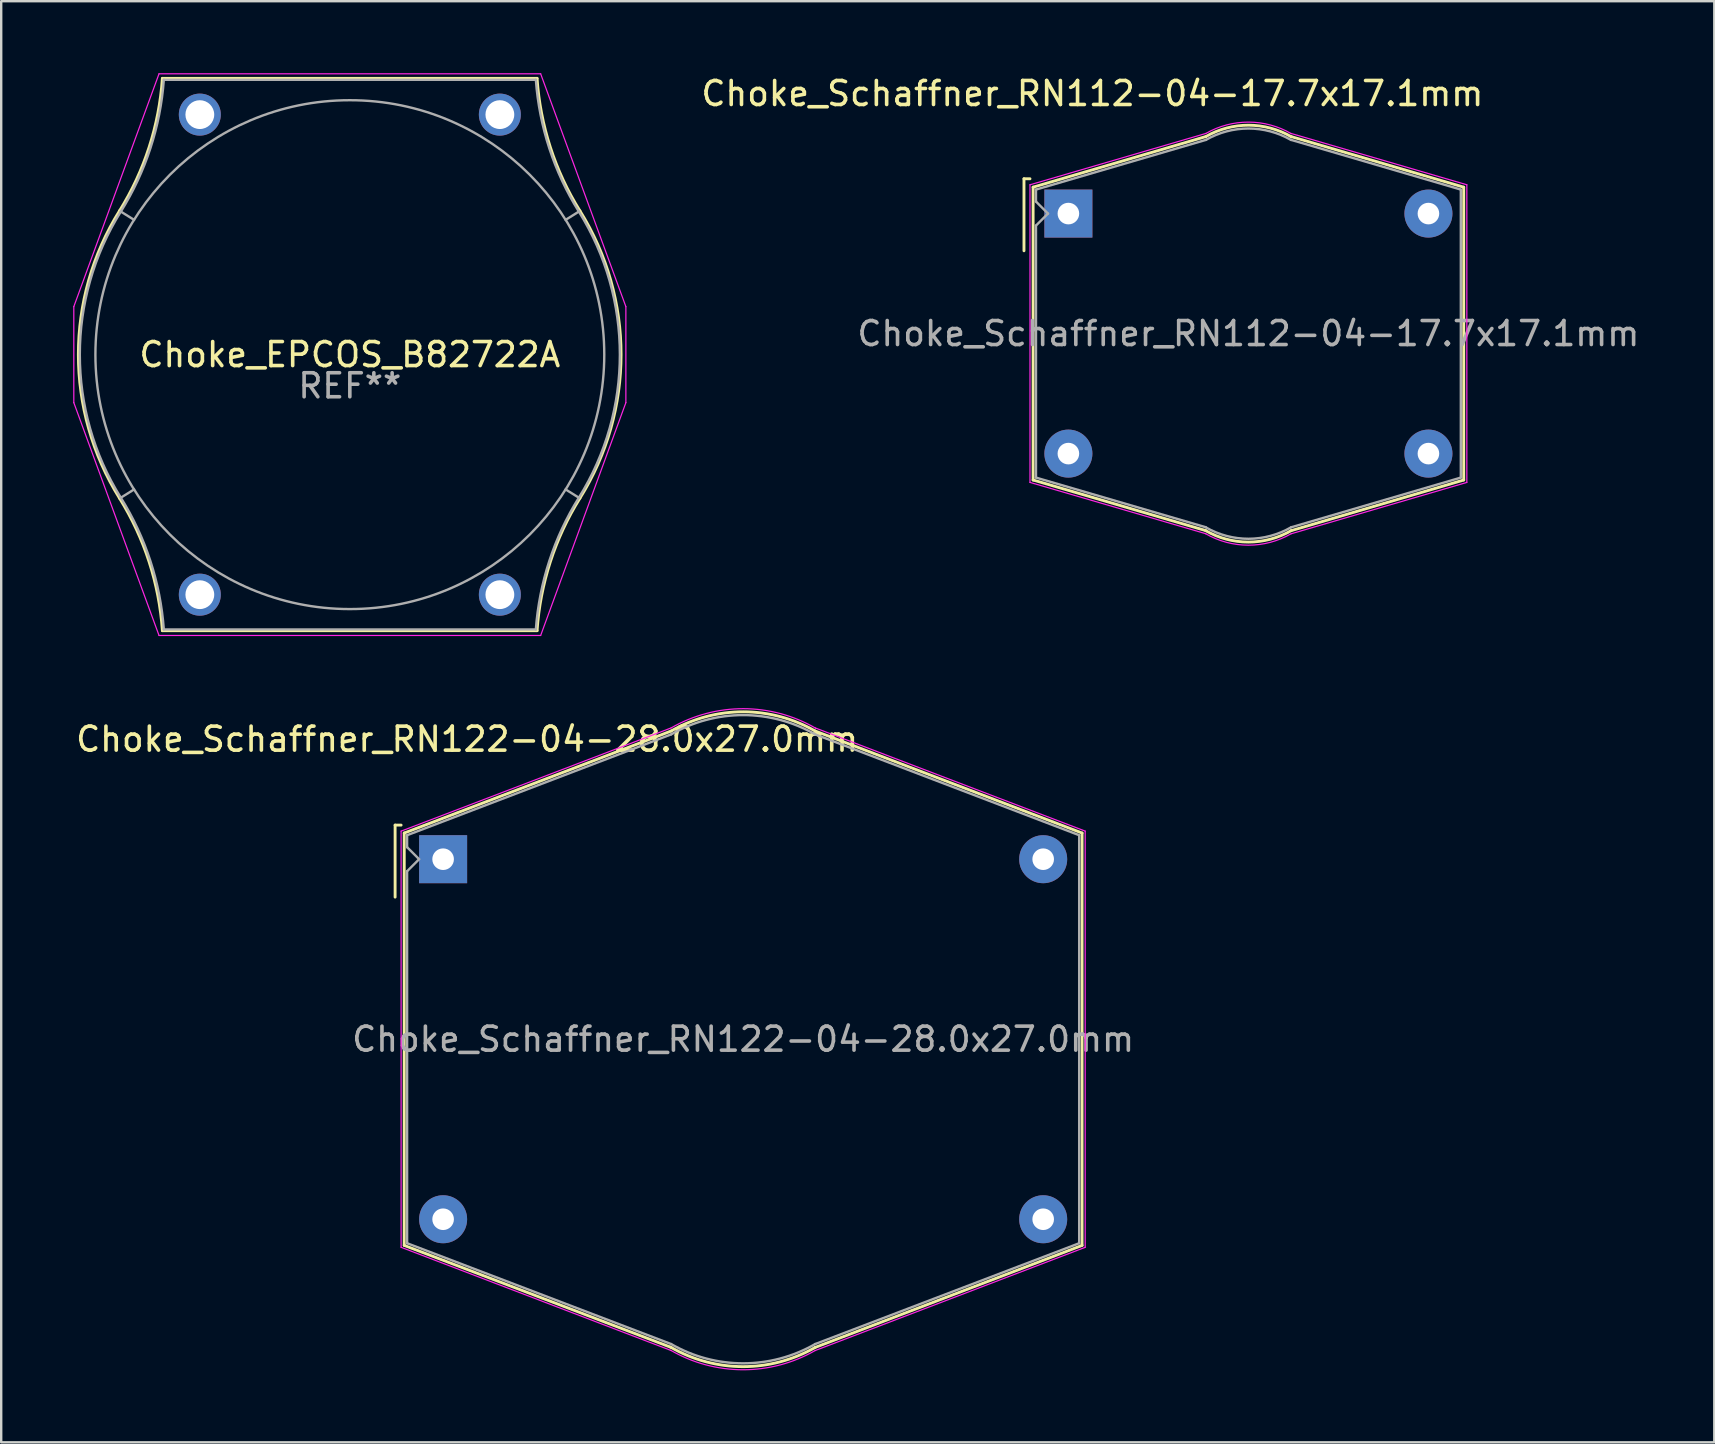
<source format=kicad_pcb>
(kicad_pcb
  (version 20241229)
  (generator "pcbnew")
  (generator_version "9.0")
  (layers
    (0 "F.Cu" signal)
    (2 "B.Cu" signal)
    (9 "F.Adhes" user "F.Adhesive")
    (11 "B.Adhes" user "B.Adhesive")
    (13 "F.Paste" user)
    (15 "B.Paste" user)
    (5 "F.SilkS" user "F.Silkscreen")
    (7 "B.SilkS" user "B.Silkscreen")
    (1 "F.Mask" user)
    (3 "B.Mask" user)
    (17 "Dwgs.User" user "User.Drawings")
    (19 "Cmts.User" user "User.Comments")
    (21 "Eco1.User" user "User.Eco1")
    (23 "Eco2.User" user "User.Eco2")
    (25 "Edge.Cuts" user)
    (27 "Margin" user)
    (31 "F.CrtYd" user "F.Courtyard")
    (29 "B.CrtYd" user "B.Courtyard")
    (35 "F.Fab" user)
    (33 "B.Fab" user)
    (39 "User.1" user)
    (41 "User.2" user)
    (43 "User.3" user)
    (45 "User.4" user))
  (footprint "Choke_Schaffner_RN112-04-17.7x17.1mm"
    (layer "F.Cu")
    (at 41.461 5.848)
    (property "Reference" "Choke_Schaffner_RN112-04-17.7x17.1mm" (at 1 -5 0) (layer "F.SilkS") (effects (font (size 1 1) (thickness 0.15))))
    (attr through_hole)
    (fp_line (start -1.85 -1.45) (end -1.85 1.55) (stroke (width 0.12) (type solid)) (layer "F.SilkS"))
    (fp_line (start -1.85 -1.45) (end -1.6 -1.45) (stroke (width 0.12) (type solid)) (layer "F.SilkS"))
    (fp_line (start -1.47 -1.1) (end 5.73 -3.21) (stroke (width 0.12) (type solid)) (layer "F.SilkS"))
    (fp_line (start -1.47 11.1) (end -1.47 -1.1) (stroke (width 0.12) (type solid)) (layer "F.SilkS"))
    (fp_line (start 5.73 13.21) (end -1.47 11.1) (stroke (width 0.12) (type solid)) (layer "F.SilkS"))
    (fp_line (start 9.27 -3.21) (end 16.47 -1.1) (stroke (width 0.12) (type solid)) (layer "F.SilkS"))
    (fp_line (start 16.47 -1.1) (end 16.47 11.1) (stroke (width 0.12) (type solid)) (layer "F.SilkS"))
    (fp_line (start 16.47 11.1) (end 9.28 13.21) (stroke (width 0.12) (type solid)) (layer "F.SilkS"))
    (fp_arc (start 5.73 -3.21) (mid 7.512135 -3.681018) (end 9.291018 -3.197865) (stroke (width 0.12) (type solid)) (layer "F.SilkS"))
    (fp_arc (start 9.28 13.21) (mid 7.496525 13.686018) (end 5.713982 13.206525) (stroke (width 0.12) (type solid)) (layer "F.SilkS"))
    (fp_line (start -1.6 -1.2) (end 5.73 -3.34) (stroke (width 0.05) (type solid)) (layer "F.CrtYd"))
    (fp_line (start -1.6 11.2) (end -1.6 -1.2) (stroke (width 0.05) (type solid)) (layer "F.CrtYd"))
    (fp_line (start 5.73 13.34) (end -1.6 11.2) (stroke (width 0.05) (type solid)) (layer "F.CrtYd"))
    (fp_line (start 9.27 -3.34) (end 16.6 -1.2) (stroke (width 0.05) (type solid)) (layer "F.CrtYd"))
    (fp_line (start 16.6 -1.2) (end 16.6 11.2) (stroke (width 0.05) (type solid)) (layer "F.CrtYd"))
    (fp_line (start 16.6 11.2) (end 9.28 13.34) (stroke (width 0.05) (type solid)) (layer "F.CrtYd"))
    (fp_arc (start 5.73 -3.34) (mid 7.512135 -3.811018) (end 9.291018 -3.327865) (stroke (width 0.05) (type solid)) (layer "F.CrtYd"))
    (fp_arc (start 9.28 13.34) (mid 7.496525 13.816018) (end 5.713982 13.336525) (stroke (width 0.05) (type solid)) (layer "F.CrtYd"))
    (fp_line (start -1.35 -1) (end 5.73 -3.07) (stroke (width 0.1) (type solid)) (layer "F.Fab"))
    (fp_line (start -1.35 -0.5) (end -1.35 -1) (stroke (width 0.1) (type solid)) (layer "F.Fab"))
    (fp_line (start -1.35 0.5) (end -0.85 0) (stroke (width 0.1) (type solid)) (layer "F.Fab"))
    (fp_line (start -1.35 11) (end -1.35 0.5) (stroke (width 0.1) (type solid)) (layer "F.Fab"))
    (fp_line (start -0.85 0) (end -1.35 -0.5) (stroke (width 0.1) (type solid)) (layer "F.Fab"))
    (fp_line (start 5.73 13.07) (end -1.35 11) (stroke (width 0.1) (type solid)) (layer "F.Fab"))
    (fp_line (start 9.28 -3.07) (end 16.35 -1) (stroke (width 0.1) (type solid)) (layer "F.Fab"))
    (fp_line (start 16.35 -1) (end 16.35 11) (stroke (width 0.1) (type solid)) (layer "F.Fab"))
    (fp_line (start 16.35 11) (end 9.28 13.07) (stroke (width 0.1) (type solid)) (layer "F.Fab"))
    (fp_arc (start 5.73 -3.07) (mid 7.502135 -3.543698) (end 9.273698 -3.067865) (stroke (width 0.1) (type solid)) (layer "F.Fab"))
    (fp_arc (start 9.28 13.07) (mid 7.506525 13.548698) (end 5.731302 13.076525) (stroke (width 0.1) (type solid)) (layer "F.Fab"))
    (fp_text user "${REFERENCE}" (at 7.5 5 0) (layer "F.Fab") (effects (font (size 1 1) (thickness 0.15))))
    (pad "1" thru_hole rect (at 0 0) (size 2 2) (drill 0.9) (layers "*.Cu" "*.Mask"))
    (pad "2" thru_hole circle (at 15 0) (size 2 2) (drill 0.9) (layers "*.Cu" "*.Mask"))
    (pad "3" thru_hole circle (at 0 10) (size 2 2) (drill 0.9) (layers "*.Cu" "*.Mask"))
    (pad "4" thru_hole circle (at 15 10) (size 2 2) (drill 0.9) (layers "*.Cu" "*.Mask")))
  (footprint "Choke_Schaffner_RN122-04-28.0x27.0mm"
    (layer "F.Cu")
    (at 15.411 32.746)
    (property "Reference" "Choke_Schaffner_RN122-04-28.0x27.0mm" (at 1 -5 0) (layer "F.SilkS") (effects (font (size 1 1) (thickness 0.15))))
    (attr through_hole)
    (fp_line (start -2 -1.42) (end -2 1.58) (stroke (width 0.12) (type solid)) (layer "F.SilkS"))
    (fp_line (start -2 -1.42) (end -1.75 -1.42) (stroke (width 0.12) (type solid)) (layer "F.SilkS"))
    (fp_line (start -1.62 -1.09) (end 9.5 -5.34) (stroke (width 0.12) (type solid)) (layer "F.SilkS"))
    (fp_line (start -1.62 16.09) (end -1.62 -1.09) (stroke (width 0.12) (type solid)) (layer "F.SilkS"))
    (fp_line (start 9.5 20.34) (end -1.62 16.09) (stroke (width 0.12) (type solid)) (layer "F.SilkS"))
    (fp_line (start 15.5 -5.34) (end 26.62 -1.09) (stroke (width 0.12) (type solid)) (layer "F.SilkS"))
    (fp_line (start 26.62 -1.09) (end 26.62 16.09) (stroke (width 0.12) (type solid)) (layer "F.SilkS"))
    (fp_line (start 26.62 16.09) (end 15.5 20.34) (stroke (width 0.12) (type solid)) (layer "F.SilkS"))
    (fp_arc (start 9.5 -5.34) (mid 12.511924 -6.140653) (end 15.520653 -5.328076) (stroke (width 0.12) (type solid)) (layer "F.SilkS"))
    (fp_arc (start 15.5 20.34) (mid 12.488076 21.140653) (end 9.479347 20.328076) (stroke (width 0.12) (type solid)) (layer "F.SilkS"))
    (fp_line (start -1.75 -1.17) (end 9.5 -5.47) (stroke (width 0.05) (type solid)) (layer "F.CrtYd"))
    (fp_line (start -1.75 16.17) (end -1.75 -1.17) (stroke (width 0.05) (type solid)) (layer "F.CrtYd"))
    (fp_line (start 9.5 20.47) (end -1.75 16.17) (stroke (width 0.05) (type solid)) (layer "F.CrtYd"))
    (fp_line (start 15.5 -5.47) (end 26.75 -1.17) (stroke (width 0.05) (type solid)) (layer "F.CrtYd"))
    (fp_line (start 26.75 -1.17) (end 26.75 16.17) (stroke (width 0.05) (type solid)) (layer "F.CrtYd"))
    (fp_line (start 26.75 16.17) (end 15.5 20.47) (stroke (width 0.05) (type solid)) (layer "F.CrtYd"))
    (fp_arc (start 9.5 -5.47) (mid 12.511924 -6.270653) (end 15.520653 -5.458076) (stroke (width 0.05) (type solid)) (layer "F.CrtYd"))
    (fp_arc (start 15.5 20.47) (mid 12.488076 21.270653) (end 9.479347 20.458076) (stroke (width 0.05) (type solid)) (layer "F.CrtYd"))
    (fp_line (start -1.5 -1) (end 9.5 -5.2) (stroke (width 0.1) (type solid)) (layer "F.Fab"))
    (fp_line (start -1.5 -0.5) (end -1.5 -1) (stroke (width 0.1) (type solid)) (layer "F.Fab"))
    (fp_line (start -1.5 0.5) (end -1 0) (stroke (width 0.1) (type solid)) (layer "F.Fab"))
    (fp_line (start -1.5 16) (end -1.5 0.5) (stroke (width 0.1) (type solid)) (layer "F.Fab"))
    (fp_line (start -1 0) (end -1.5 -0.5) (stroke (width 0.1) (type solid)) (layer "F.Fab"))
    (fp_line (start 9.5 20.2) (end -1.5 16) (stroke (width 0.1) (type solid)) (layer "F.Fab"))
    (fp_line (start 15.5 -5.2) (end 26.5 -1) (stroke (width 0.1) (type solid)) (layer "F.Fab"))
    (fp_line (start 26.5 -1) (end 26.5 16) (stroke (width 0.1) (type solid)) (layer "F.Fab"))
    (fp_line (start 26.5 16) (end 15.5 20.2) (stroke (width 0.1) (type solid)) (layer "F.Fab"))
    (fp_arc (start 9.5 -5.2) (mid 12.501924 -6.003332) (end 15.503332 -5.198076) (stroke (width 0.1) (type solid)) (layer "F.Fab"))
    (fp_arc (start 15.5 20.2) (mid 12.498076 21.003332) (end 9.496668 20.198076) (stroke (width 0.1) (type solid)) (layer "F.Fab"))
    (fp_text user "${REFERENCE}" (at 12.5 7.5 0) (layer "F.Fab") (effects (font (size 1 1) (thickness 0.15))))
    (pad "1" thru_hole rect (at 0 0) (size 2 2) (drill 0.9) (layers "*.Cu" "*.Mask"))
    (pad "2" thru_hole circle (at 25 0) (size 2 2) (drill 0.9) (layers "*.Cu" "*.Mask"))
    (pad "3" thru_hole circle (at 0 15) (size 2 2) (drill 0.9) (layers "*.Cu" "*.Mask"))
    (pad "4" thru_hole circle (at 25 15) (size 2 2) (drill 0.9) (layers "*.Cu" "*.Mask")))
  (footprint "Choke_EPCOS_B82722A"
    (layer "F.Cu")
    (at 5.275 1.725)
    (property "Reference" "Choke_EPCOS_B82722A" (at 6.25 10 180) (layer "F.SilkS") (effects (font (size 1 1) (thickness 0.15))))
    (attr through_hole)
    (fp_line (start -1.56 -1.51) (end 14.05 -1.51) (stroke (width 0.12) (type solid)) (layer "F.SilkS"))
    (fp_line (start -1.56 21.5) (end 14.05 21.5) (stroke (width 0.12) (type solid)) (layer "F.SilkS"))
    (fp_arc (start -3.344914 15.981366) (mid -2.112411 18.630701) (end -1.56 21.5) (stroke (width 0.12) (type solid)) (layer "F.SilkS"))
    (fp_arc (start -3.344913 15.981366) (mid -5.059999 9.995001) (end -3.344914 4.008635) (stroke (width 0.12) (type solid)) (layer "F.SilkS"))
    (fp_arc (start -1.56 -1.509999) (mid -2.112411 1.3593) (end -3.344914 4.008635) (stroke (width 0.12) (type solid)) (layer "F.SilkS"))
    (fp_arc (start 14.05 21.500001) (mid 14.602411 18.630701) (end 15.834914 15.981366) (stroke (width 0.12) (type solid)) (layer "F.SilkS"))
    (fp_arc (start 15.834914 4.008634) (mid 17.55 9.995) (end 15.834914 15.981366) (stroke (width 0.12) (type solid)) (layer "F.SilkS"))
    (fp_arc (start 15.834914 4.008635) (mid 14.602411 1.3593) (end 14.05 -1.51) (stroke (width 0.12) (type solid)) (layer "F.SilkS"))
    (fp_line (start -5.25 8) (end -5.25 12) (stroke (width 0.05) (type solid)) (layer "F.CrtYd"))
    (fp_line (start -5.25 12) (end -1.7 21.7) (stroke (width 0.05) (type solid)) (layer "F.CrtYd"))
    (fp_line (start -1.7 -1.7) (end -5.25 8) (stroke (width 0.05) (type solid)) (layer "F.CrtYd"))
    (fp_line (start -1.7 -1.7) (end 14.2 -1.7) (stroke (width 0.05) (type solid)) (layer "F.CrtYd"))
    (fp_line (start -1.7 21.7) (end 14.2 21.7) (stroke (width 0.05) (type solid)) (layer "F.CrtYd"))
    (fp_line (start 14.2 -1.7) (end 17.75 8) (stroke (width 0.05) (type solid)) (layer "F.CrtYd"))
    (fp_line (start 17.75 8) (end 17.75 12) (stroke (width 0.05) (type solid)) (layer "F.CrtYd"))
    (fp_line (start 17.75 12) (end 14.2 21.7) (stroke (width 0.05) (type solid)) (layer "F.CrtYd"))
    (fp_line (start -3.291 15.96) (end -2.74 15.616) (stroke (width 0.1) (type solid)) (layer "F.Fab"))
    (fp_line (start -2.74 4.384) (end -3.291 4.04) (stroke (width 0.1) (type solid)) (layer "F.Fab"))
    (fp_line (start -1.5 -1.45) (end 14 -1.45) (stroke (width 0.1) (type solid)) (layer "F.Fab"))
    (fp_line (start -1.5 21.45) (end 14 21.45) (stroke (width 0.1) (type solid)) (layer "F.Fab"))
    (fp_line (start 15.791 4.04) (end 15.24 4.384) (stroke (width 0.1) (type solid)) (layer "F.Fab"))
    (fp_line (start 15.791 15.96) (end 15.24 15.616) (stroke (width 0.1) (type solid)) (layer "F.Fab"))
    (fp_arc (start -3.29123 15.960489) (mid -5 9.999999) (end -3.291229 4.03951) (stroke (width 0.1) (type solid)) (layer "F.Fab"))
    (fp_arc (start -3.291229 15.96049) (mid -2.060501 18.595897) (end -1.5 21.45) (stroke (width 0.1) (type solid)) (layer "F.Fab"))
    (fp_arc (start -1.499999 -1.45) (mid -2.0605 1.404103) (end -3.291229 4.03951) (stroke (width 0.1) (type solid)) (layer "F.Fab"))
    (fp_arc (start 14 21.449999) (mid 14.560501 18.595896) (end 15.79123 15.960489) (stroke (width 0.1) (type solid)) (layer "F.Fab"))
    (fp_arc (start 15.239959 4.383894) (mid -2.739959 15.616106) (end 15.239959 4.383894) (stroke (width 0.1) (type solid)) (layer "F.Fab"))
    (fp_arc (start 15.791229 4.039509) (mid 17.5 9.999999) (end 15.79123 15.960489) (stroke (width 0.1) (type solid)) (layer "F.Fab"))
    (fp_arc (start 15.79123 4.03951) (mid 14.560501 1.404103) (end 14 -1.45) (stroke (width 0.1) (type solid)) (layer "F.Fab"))
    (fp_text user "REF**" (at 6.25 11.3 0) (layer "F.Fab") (effects (font (size 1 1) (thickness 0.15))))
    (pad "1" thru_hole circle (at 0 0) (size 1.75 1.75) (drill 1.2) (layers "*.Cu" "*.Mask"))
    (pad "2" thru_hole circle (at 0 20) (size 1.75 1.75) (drill 1.2) (layers "*.Cu" "*.Mask"))
    (pad "3" thru_hole circle (at 12.5 0) (size 1.75 1.75) (drill 1.2) (layers "*.Cu" "*.Mask"))
    (pad "4" thru_hole circle (at 12.5 20) (size 1.75 1.75) (drill 1.2) (layers "*.Cu" "*.Mask")))
  (gr_rect
    (start -3 -3)
    (end 68.371 57.041)
    (stroke (width 0.1) (type default))
    (fill no)
    (layer "Edge.Cuts")))
</source>
